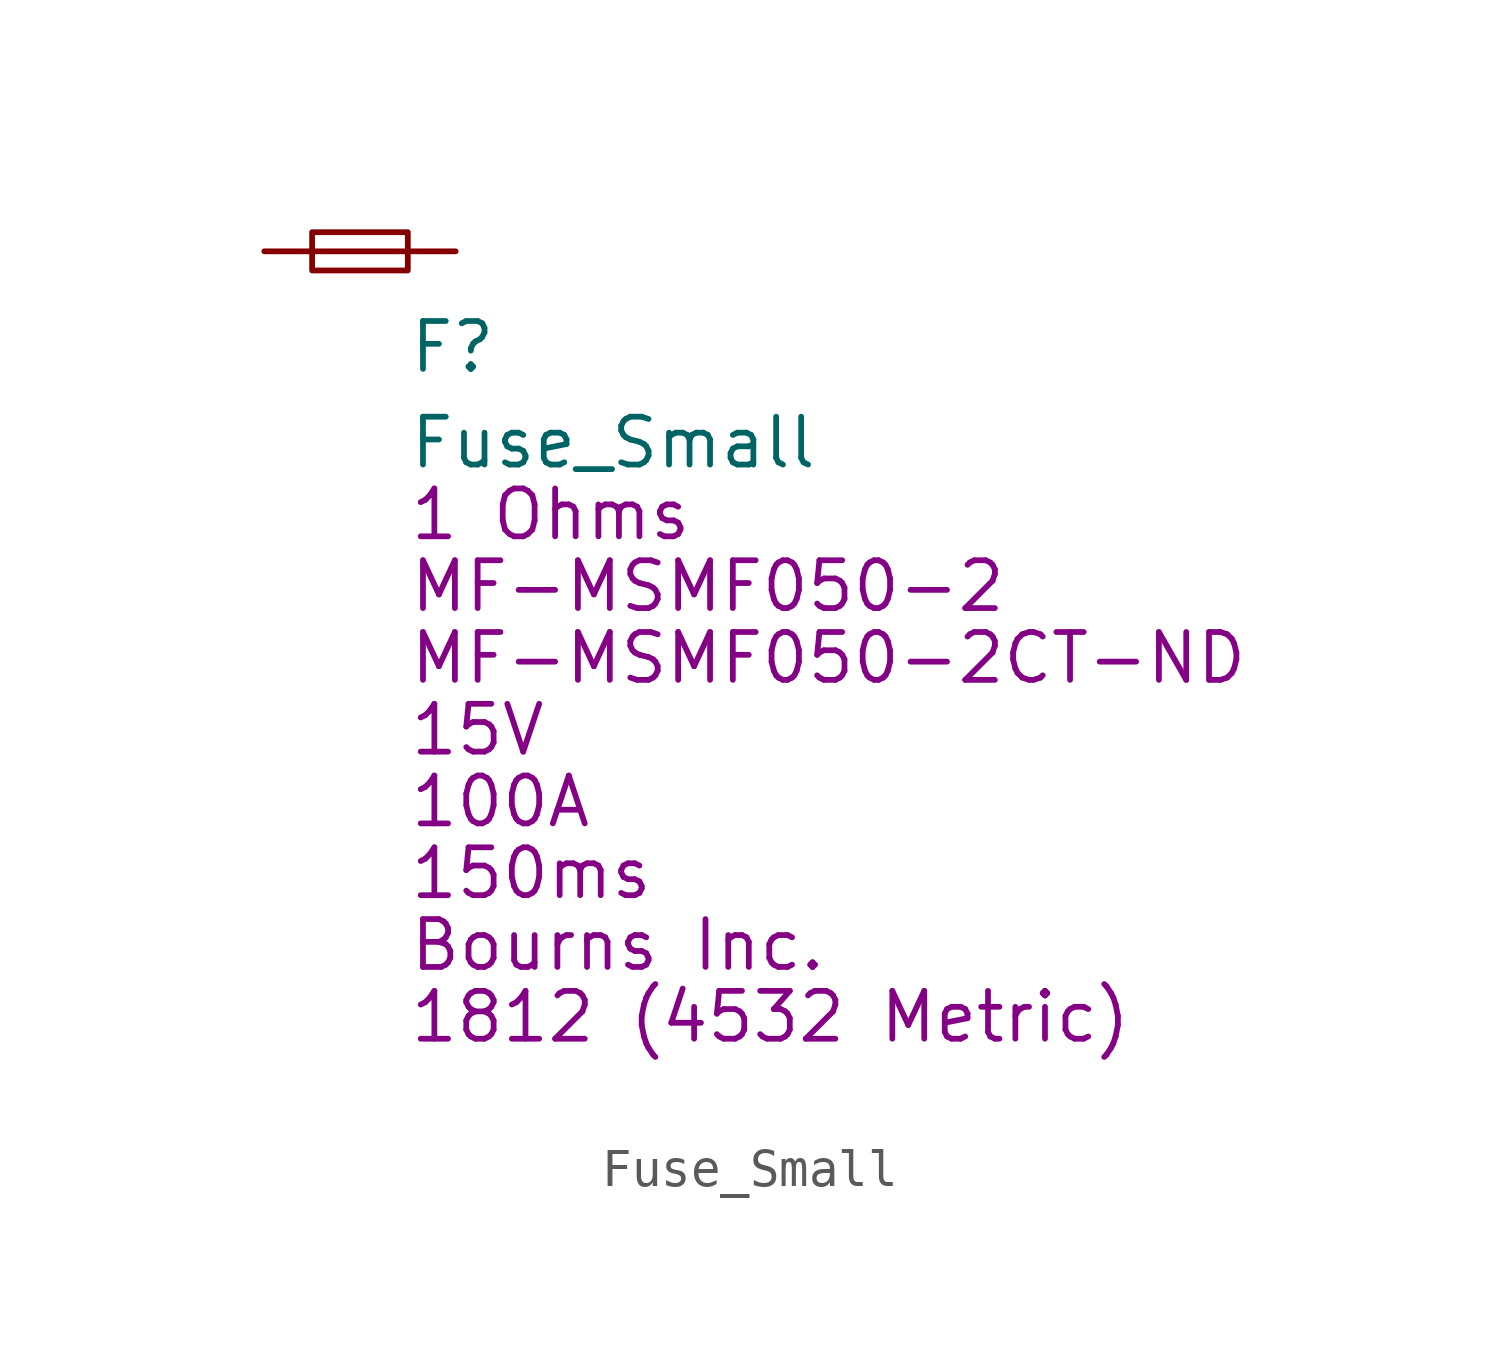
<source format=kicad_sym>
(kicad_symbol_lib
  (version 20220914)
  (generator kicad_symbol_editor)
  (symbol "Fuse_Small"
    (pin_numbers hide)
    (pin_names
      (offset 0.254) hide)
    (property "Reference" "F"
      (at 1.27 -2.54 0)
      (effects (font (size 1.27 1.27)) (justify left)))
    (property "Value" "Fuse_Small"
      (at 1.27 -5.08 0)
      (effects (font (size 1.27 1.27)) (justify left)))
    (property "Voltage - Max" "15V"
      (at 1.27 -12.7 0)
      (effects (font (size 1.27 1.27)) (justify left)))
    (property "Current - Max" "100A"
      (at 1.27 -14.605 0)
      (effects (font (size 1.27 1.27)) (justify left)))
    (property "Time to Trip" "150ms"
      (at 1.27 -16.51 0)
      (effects (font (size 1.27 1.27)) (justify left)))
    (property "Manufacturer" "Bourns Inc."
      (at 1.27 -18.415 0)
      (effects (font (size 1.27 1.27)) (justify left)))
    (property "Chip code" "1812 (4532 Metric)"
      (at 1.27 -20.32 0)
      (effects (font (size 1.27 1.27)) (justify left)))
    (property "Digi-Key_PN" "MF-MSMF050-2CT-ND"
      (at 1.27 -10.795 0)
      (effects (font (size 1.27 1.27)) (justify left)))
    (property "MPN" "MF-MSMF050-2"
      (at 1.27 -8.89 0)
      (effects (font (size 1.27 1.27)) (justify left)))
    (property "Resistance" "1 Ohms"
      (at 1.27 -6.985 0)
      (effects (font (size 1.27 1.27)) (justify left)))
    (symbol "Fuse_Small_0_1"
      (rectangle (start -1.27 0.508) (end 1.27 -0.508) (stroke (width 0) (type solid)) (fill (type none)))
      (polyline (pts (xy -1.27 0) (xy 1.27 0)) (stroke (width 0) (type solid)) (fill (type none))))
    (symbol "Fuse_Small_1_1"
      (pin passive line (at -2.54 0 0) (length 1.27) (name "~" (effects (font (size 1.27 1.27)))) (number "1" (effects (font (size 1.27 1.27)))))
      (pin passive line (at 2.54 0 180) (length 1.27) (name "~" (effects (font (size 1.27 1.27)))) (number "2" (effects (font (size 1.27 1.27))))))))
</source>
